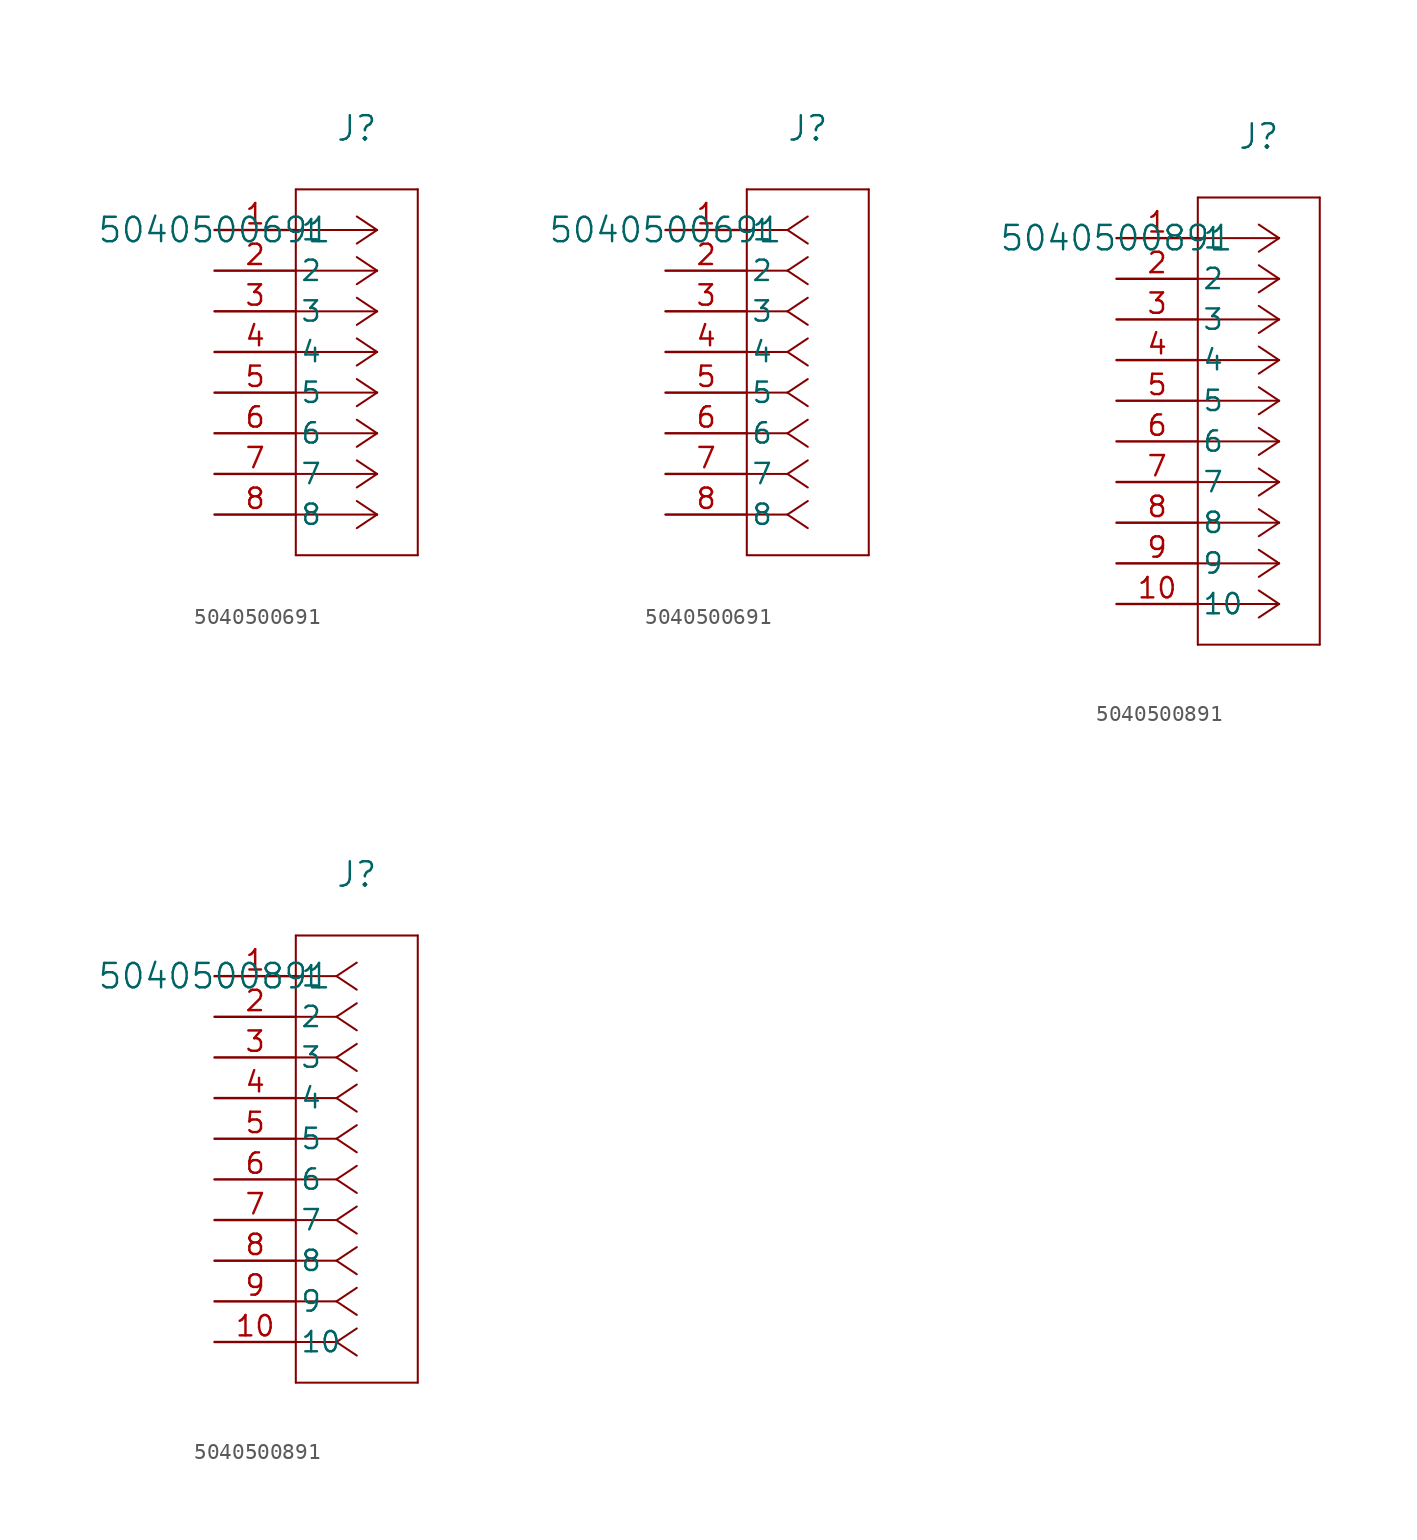
<source format=kicad_sym>
(kicad_symbol_lib
  (version 20220914)
  (generator kicad_symbol_editor)
  (symbol "5040500691"
    (pin_names
      (offset 0.254))
    (property "Reference" "J"
      (at 8.89 6.35 0)
      (effects (font (size 1.524 1.524))))
    (property "Value" "5040500691"
      (at 0 0 0)
      (effects (font (size 1.524 1.524))))
    (symbol "5040500691_1_1"
      (polyline (pts (xy 5.08 -20.32) (xy 12.7 -20.32)) (stroke (width 0.127) (type default)) (fill (type none)))
      (polyline (pts (xy 5.08 2.54) (xy 5.08 -20.32)) (stroke (width 0.127) (type default)) (fill (type none)))
      (polyline (pts (xy 10.16 -17.78) (xy 5.08 -17.78)) (stroke (width 0.127) (type default)) (fill (type none)))
      (polyline (pts (xy 10.16 -17.78) (xy 8.89 -18.627)) (stroke (width 0.127) (type default)) (fill (type none)))
      (polyline (pts (xy 10.16 -17.78) (xy 8.89 -16.933)) (stroke (width 0.127) (type default)) (fill (type none)))
      (polyline (pts (xy 10.16 -15.24) (xy 5.08 -15.24)) (stroke (width 0.127) (type default)) (fill (type none)))
      (polyline (pts (xy 10.16 -15.24) (xy 8.89 -16.087)) (stroke (width 0.127) (type default)) (fill (type none)))
      (polyline (pts (xy 10.16 -15.24) (xy 8.89 -14.393)) (stroke (width 0.127) (type default)) (fill (type none)))
      (polyline (pts (xy 10.16 -12.7) (xy 5.08 -12.7)) (stroke (width 0.127) (type default)) (fill (type none)))
      (polyline (pts (xy 10.16 -12.7) (xy 8.89 -13.547)) (stroke (width 0.127) (type default)) (fill (type none)))
      (polyline (pts (xy 10.16 -12.7) (xy 8.89 -11.853)) (stroke (width 0.127) (type default)) (fill (type none)))
      (polyline (pts (xy 10.16 -10.16) (xy 5.08 -10.16)) (stroke (width 0.127) (type default)) (fill (type none)))
      (polyline (pts (xy 10.16 -10.16) (xy 8.89 -11.007)) (stroke (width 0.127) (type default)) (fill (type none)))
      (polyline (pts (xy 10.16 -10.16) (xy 8.89 -9.313)) (stroke (width 0.127) (type default)) (fill (type none)))
      (polyline (pts (xy 10.16 -7.62) (xy 5.08 -7.62)) (stroke (width 0.127) (type default)) (fill (type none)))
      (polyline (pts (xy 10.16 -7.62) (xy 8.89 -8.467)) (stroke (width 0.127) (type default)) (fill (type none)))
      (polyline (pts (xy 10.16 -7.62) (xy 8.89 -6.773)) (stroke (width 0.127) (type default)) (fill (type none)))
      (polyline (pts (xy 10.16 -5.08) (xy 5.08 -5.08)) (stroke (width 0.127) (type default)) (fill (type none)))
      (polyline (pts (xy 10.16 -5.08) (xy 8.89 -5.927)) (stroke (width 0.127) (type default)) (fill (type none)))
      (polyline (pts (xy 10.16 -5.08) (xy 8.89 -4.233)) (stroke (width 0.127) (type default)) (fill (type none)))
      (polyline (pts (xy 10.16 -2.54) (xy 5.08 -2.54)) (stroke (width 0.127) (type default)) (fill (type none)))
      (polyline (pts (xy 10.16 -2.54) (xy 8.89 -3.387)) (stroke (width 0.127) (type default)) (fill (type none)))
      (polyline (pts (xy 10.16 -2.54) (xy 8.89 -1.693)) (stroke (width 0.127) (type default)) (fill (type none)))
      (polyline (pts (xy 10.16 0) (xy 5.08 0)) (stroke (width 0.127) (type default)) (fill (type none)))
      (polyline (pts (xy 10.16 0) (xy 8.89 -0.847)) (stroke (width 0.127) (type default)) (fill (type none)))
      (polyline (pts (xy 10.16 0) (xy 8.89 0.847)) (stroke (width 0.127) (type default)) (fill (type none)))
      (polyline (pts (xy 12.7 -20.32) (xy 12.7 2.54)) (stroke (width 0.127) (type default)) (fill (type none)))
      (polyline (pts (xy 12.7 2.54) (xy 5.08 2.54)) (stroke (width 0.127) (type default)) (fill (type none)))
      (pin unspecified line (at 0 0 0) (length 5.08) (name "1" (effects (font (size 1.27 1.27)))) (number "1" (effects (font (size 1.27 1.27)))))
      (pin unspecified line (at 0 -2.54 0) (length 5.08) (name "2" (effects (font (size 1.27 1.27)))) (number "2" (effects (font (size 1.27 1.27)))))
      (pin unspecified line (at 0 -5.08 0) (length 5.08) (name "3" (effects (font (size 1.27 1.27)))) (number "3" (effects (font (size 1.27 1.27)))))
      (pin unspecified line (at 0 -7.62 0) (length 5.08) (name "4" (effects (font (size 1.27 1.27)))) (number "4" (effects (font (size 1.27 1.27)))))
      (pin unspecified line (at 0 -10.16 0) (length 5.08) (name "5" (effects (font (size 1.27 1.27)))) (number "5" (effects (font (size 1.27 1.27)))))
      (pin unspecified line (at 0 -12.7 0) (length 5.08) (name "6" (effects (font (size 1.27 1.27)))) (number "6" (effects (font (size 1.27 1.27)))))
      (pin unspecified line (at 0 -15.24 0) (length 5.08) (name "7" (effects (font (size 1.27 1.27)))) (number "7" (effects (font (size 1.27 1.27)))))
      (pin unspecified line (at 0 -17.78 0) (length 5.08) (name "8" (effects (font (size 1.27 1.27)))) (number "8" (effects (font (size 1.27 1.27))))))
    (symbol "5040500691_1_2"
      (polyline (pts (xy 5.08 -20.32) (xy 12.7 -20.32)) (stroke (width 0.127) (type default)) (fill (type none)))
      (polyline (pts (xy 5.08 2.54) (xy 5.08 -20.32)) (stroke (width 0.127) (type default)) (fill (type none)))
      (polyline (pts (xy 7.62 -17.78) (xy 5.08 -17.78)) (stroke (width 0.127) (type default)) (fill (type none)))
      (polyline (pts (xy 7.62 -17.78) (xy 8.89 -18.627)) (stroke (width 0.127) (type default)) (fill (type none)))
      (polyline (pts (xy 7.62 -17.78) (xy 8.89 -16.933)) (stroke (width 0.127) (type default)) (fill (type none)))
      (polyline (pts (xy 7.62 -15.24) (xy 5.08 -15.24)) (stroke (width 0.127) (type default)) (fill (type none)))
      (polyline (pts (xy 7.62 -15.24) (xy 8.89 -16.087)) (stroke (width 0.127) (type default)) (fill (type none)))
      (polyline (pts (xy 7.62 -15.24) (xy 8.89 -14.393)) (stroke (width 0.127) (type default)) (fill (type none)))
      (polyline (pts (xy 7.62 -12.7) (xy 5.08 -12.7)) (stroke (width 0.127) (type default)) (fill (type none)))
      (polyline (pts (xy 7.62 -12.7) (xy 8.89 -13.547)) (stroke (width 0.127) (type default)) (fill (type none)))
      (polyline (pts (xy 7.62 -12.7) (xy 8.89 -11.853)) (stroke (width 0.127) (type default)) (fill (type none)))
      (polyline (pts (xy 7.62 -10.16) (xy 5.08 -10.16)) (stroke (width 0.127) (type default)) (fill (type none)))
      (polyline (pts (xy 7.62 -10.16) (xy 8.89 -11.007)) (stroke (width 0.127) (type default)) (fill (type none)))
      (polyline (pts (xy 7.62 -10.16) (xy 8.89 -9.313)) (stroke (width 0.127) (type default)) (fill (type none)))
      (polyline (pts (xy 7.62 -7.62) (xy 5.08 -7.62)) (stroke (width 0.127) (type default)) (fill (type none)))
      (polyline (pts (xy 7.62 -7.62) (xy 8.89 -8.467)) (stroke (width 0.127) (type default)) (fill (type none)))
      (polyline (pts (xy 7.62 -7.62) (xy 8.89 -6.773)) (stroke (width 0.127) (type default)) (fill (type none)))
      (polyline (pts (xy 7.62 -5.08) (xy 5.08 -5.08)) (stroke (width 0.127) (type default)) (fill (type none)))
      (polyline (pts (xy 7.62 -5.08) (xy 8.89 -5.927)) (stroke (width 0.127) (type default)) (fill (type none)))
      (polyline (pts (xy 7.62 -5.08) (xy 8.89 -4.233)) (stroke (width 0.127) (type default)) (fill (type none)))
      (polyline (pts (xy 7.62 -2.54) (xy 5.08 -2.54)) (stroke (width 0.127) (type default)) (fill (type none)))
      (polyline (pts (xy 7.62 -2.54) (xy 8.89 -3.387)) (stroke (width 0.127) (type default)) (fill (type none)))
      (polyline (pts (xy 7.62 -2.54) (xy 8.89 -1.693)) (stroke (width 0.127) (type default)) (fill (type none)))
      (polyline (pts (xy 7.62 0) (xy 5.08 0)) (stroke (width 0.127) (type default)) (fill (type none)))
      (polyline (pts (xy 7.62 0) (xy 8.89 -0.847)) (stroke (width 0.127) (type default)) (fill (type none)))
      (polyline (pts (xy 7.62 0) (xy 8.89 0.847)) (stroke (width 0.127) (type default)) (fill (type none)))
      (polyline (pts (xy 12.7 -20.32) (xy 12.7 2.54)) (stroke (width 0.127) (type default)) (fill (type none)))
      (polyline (pts (xy 12.7 2.54) (xy 5.08 2.54)) (stroke (width 0.127) (type default)) (fill (type none)))
      (pin unspecified line (at 0 0 0) (length 5.08) (name "1" (effects (font (size 1.27 1.27)))) (number "1" (effects (font (size 1.27 1.27)))))
      (pin unspecified line (at 0 -2.54 0) (length 5.08) (name "2" (effects (font (size 1.27 1.27)))) (number "2" (effects (font (size 1.27 1.27)))))
      (pin unspecified line (at 0 -5.08 0) (length 5.08) (name "3" (effects (font (size 1.27 1.27)))) (number "3" (effects (font (size 1.27 1.27)))))
      (pin unspecified line (at 0 -7.62 0) (length 5.08) (name "4" (effects (font (size 1.27 1.27)))) (number "4" (effects (font (size 1.27 1.27)))))
      (pin unspecified line (at 0 -10.16 0) (length 5.08) (name "5" (effects (font (size 1.27 1.27)))) (number "5" (effects (font (size 1.27 1.27)))))
      (pin unspecified line (at 0 -12.7 0) (length 5.08) (name "6" (effects (font (size 1.27 1.27)))) (number "6" (effects (font (size 1.27 1.27)))))
      (pin unspecified line (at 0 -15.24 0) (length 5.08) (name "7" (effects (font (size 1.27 1.27)))) (number "7" (effects (font (size 1.27 1.27)))))
      (pin unspecified line (at 0 -17.78 0) (length 5.08) (name "8" (effects (font (size 1.27 1.27)))) (number "8" (effects (font (size 1.27 1.27)))))))
  (symbol "5040500891"
    (pin_names
      (offset 0.254))
    (property "Reference" "J"
      (at 8.89 6.35 0)
      (effects (font (size 1.524 1.524))))
    (property "Value" "5040500891"
      (at 0 0 0)
      (effects (font (size 1.524 1.524))))
    (symbol "5040500891_1_1"
      (polyline (pts (xy 5.08 -25.4) (xy 12.7 -25.4)) (stroke (width 0.127) (type default)) (fill (type none)))
      (polyline (pts (xy 5.08 2.54) (xy 5.08 -25.4)) (stroke (width 0.127) (type default)) (fill (type none)))
      (polyline (pts (xy 10.16 -22.86) (xy 5.08 -22.86)) (stroke (width 0.127) (type default)) (fill (type none)))
      (polyline (pts (xy 10.16 -22.86) (xy 8.89 -23.707)) (stroke (width 0.127) (type default)) (fill (type none)))
      (polyline (pts (xy 10.16 -22.86) (xy 8.89 -22.013)) (stroke (width 0.127) (type default)) (fill (type none)))
      (polyline (pts (xy 10.16 -20.32) (xy 5.08 -20.32)) (stroke (width 0.127) (type default)) (fill (type none)))
      (polyline (pts (xy 10.16 -20.32) (xy 8.89 -21.167)) (stroke (width 0.127) (type default)) (fill (type none)))
      (polyline (pts (xy 10.16 -20.32) (xy 8.89 -19.473)) (stroke (width 0.127) (type default)) (fill (type none)))
      (polyline (pts (xy 10.16 -17.78) (xy 5.08 -17.78)) (stroke (width 0.127) (type default)) (fill (type none)))
      (polyline (pts (xy 10.16 -17.78) (xy 8.89 -18.627)) (stroke (width 0.127) (type default)) (fill (type none)))
      (polyline (pts (xy 10.16 -17.78) (xy 8.89 -16.933)) (stroke (width 0.127) (type default)) (fill (type none)))
      (polyline (pts (xy 10.16 -15.24) (xy 5.08 -15.24)) (stroke (width 0.127) (type default)) (fill (type none)))
      (polyline (pts (xy 10.16 -15.24) (xy 8.89 -16.087)) (stroke (width 0.127) (type default)) (fill (type none)))
      (polyline (pts (xy 10.16 -15.24) (xy 8.89 -14.393)) (stroke (width 0.127) (type default)) (fill (type none)))
      (polyline (pts (xy 10.16 -12.7) (xy 5.08 -12.7)) (stroke (width 0.127) (type default)) (fill (type none)))
      (polyline (pts (xy 10.16 -12.7) (xy 8.89 -13.547)) (stroke (width 0.127) (type default)) (fill (type none)))
      (polyline (pts (xy 10.16 -12.7) (xy 8.89 -11.853)) (stroke (width 0.127) (type default)) (fill (type none)))
      (polyline (pts (xy 10.16 -10.16) (xy 5.08 -10.16)) (stroke (width 0.127) (type default)) (fill (type none)))
      (polyline (pts (xy 10.16 -10.16) (xy 8.89 -11.007)) (stroke (width 0.127) (type default)) (fill (type none)))
      (polyline (pts (xy 10.16 -10.16) (xy 8.89 -9.313)) (stroke (width 0.127) (type default)) (fill (type none)))
      (polyline (pts (xy 10.16 -7.62) (xy 5.08 -7.62)) (stroke (width 0.127) (type default)) (fill (type none)))
      (polyline (pts (xy 10.16 -7.62) (xy 8.89 -8.467)) (stroke (width 0.127) (type default)) (fill (type none)))
      (polyline (pts (xy 10.16 -7.62) (xy 8.89 -6.773)) (stroke (width 0.127) (type default)) (fill (type none)))
      (polyline (pts (xy 10.16 -5.08) (xy 5.08 -5.08)) (stroke (width 0.127) (type default)) (fill (type none)))
      (polyline (pts (xy 10.16 -5.08) (xy 8.89 -5.927)) (stroke (width 0.127) (type default)) (fill (type none)))
      (polyline (pts (xy 10.16 -5.08) (xy 8.89 -4.233)) (stroke (width 0.127) (type default)) (fill (type none)))
      (polyline (pts (xy 10.16 -2.54) (xy 5.08 -2.54)) (stroke (width 0.127) (type default)) (fill (type none)))
      (polyline (pts (xy 10.16 -2.54) (xy 8.89 -3.387)) (stroke (width 0.127) (type default)) (fill (type none)))
      (polyline (pts (xy 10.16 -2.54) (xy 8.89 -1.693)) (stroke (width 0.127) (type default)) (fill (type none)))
      (polyline (pts (xy 10.16 0) (xy 5.08 0)) (stroke (width 0.127) (type default)) (fill (type none)))
      (polyline (pts (xy 10.16 0) (xy 8.89 -0.847)) (stroke (width 0.127) (type default)) (fill (type none)))
      (polyline (pts (xy 10.16 0) (xy 8.89 0.847)) (stroke (width 0.127) (type default)) (fill (type none)))
      (polyline (pts (xy 12.7 -25.4) (xy 12.7 2.54)) (stroke (width 0.127) (type default)) (fill (type none)))
      (polyline (pts (xy 12.7 2.54) (xy 5.08 2.54)) (stroke (width 0.127) (type default)) (fill (type none)))
      (pin unspecified line (at 0 0 0) (length 5.08) (name "1" (effects (font (size 1.27 1.27)))) (number "1" (effects (font (size 1.27 1.27)))))
      (pin unspecified line (at 0 -22.86 0) (length 5.08) (name "10" (effects (font (size 1.27 1.27)))) (number "10" (effects (font (size 1.27 1.27)))))
      (pin unspecified line (at 0 -2.54 0) (length 5.08) (name "2" (effects (font (size 1.27 1.27)))) (number "2" (effects (font (size 1.27 1.27)))))
      (pin unspecified line (at 0 -5.08 0) (length 5.08) (name "3" (effects (font (size 1.27 1.27)))) (number "3" (effects (font (size 1.27 1.27)))))
      (pin unspecified line (at 0 -7.62 0) (length 5.08) (name "4" (effects (font (size 1.27 1.27)))) (number "4" (effects (font (size 1.27 1.27)))))
      (pin unspecified line (at 0 -10.16 0) (length 5.08) (name "5" (effects (font (size 1.27 1.27)))) (number "5" (effects (font (size 1.27 1.27)))))
      (pin unspecified line (at 0 -12.7 0) (length 5.08) (name "6" (effects (font (size 1.27 1.27)))) (number "6" (effects (font (size 1.27 1.27)))))
      (pin unspecified line (at 0 -15.24 0) (length 5.08) (name "7" (effects (font (size 1.27 1.27)))) (number "7" (effects (font (size 1.27 1.27)))))
      (pin unspecified line (at 0 -17.78 0) (length 5.08) (name "8" (effects (font (size 1.27 1.27)))) (number "8" (effects (font (size 1.27 1.27)))))
      (pin unspecified line (at 0 -20.32 0) (length 5.08) (name "9" (effects (font (size 1.27 1.27)))) (number "9" (effects (font (size 1.27 1.27))))))
    (symbol "5040500891_1_2"
      (polyline (pts (xy 5.08 -25.4) (xy 12.7 -25.4)) (stroke (width 0.127) (type default)) (fill (type none)))
      (polyline (pts (xy 5.08 2.54) (xy 5.08 -25.4)) (stroke (width 0.127) (type default)) (fill (type none)))
      (polyline (pts (xy 7.62 -22.86) (xy 5.08 -22.86)) (stroke (width 0.127) (type default)) (fill (type none)))
      (polyline (pts (xy 7.62 -22.86) (xy 8.89 -23.707)) (stroke (width 0.127) (type default)) (fill (type none)))
      (polyline (pts (xy 7.62 -22.86) (xy 8.89 -22.013)) (stroke (width 0.127) (type default)) (fill (type none)))
      (polyline (pts (xy 7.62 -20.32) (xy 5.08 -20.32)) (stroke (width 0.127) (type default)) (fill (type none)))
      (polyline (pts (xy 7.62 -20.32) (xy 8.89 -21.167)) (stroke (width 0.127) (type default)) (fill (type none)))
      (polyline (pts (xy 7.62 -20.32) (xy 8.89 -19.473)) (stroke (width 0.127) (type default)) (fill (type none)))
      (polyline (pts (xy 7.62 -17.78) (xy 5.08 -17.78)) (stroke (width 0.127) (type default)) (fill (type none)))
      (polyline (pts (xy 7.62 -17.78) (xy 8.89 -18.627)) (stroke (width 0.127) (type default)) (fill (type none)))
      (polyline (pts (xy 7.62 -17.78) (xy 8.89 -16.933)) (stroke (width 0.127) (type default)) (fill (type none)))
      (polyline (pts (xy 7.62 -15.24) (xy 5.08 -15.24)) (stroke (width 0.127) (type default)) (fill (type none)))
      (polyline (pts (xy 7.62 -15.24) (xy 8.89 -16.087)) (stroke (width 0.127) (type default)) (fill (type none)))
      (polyline (pts (xy 7.62 -15.24) (xy 8.89 -14.393)) (stroke (width 0.127) (type default)) (fill (type none)))
      (polyline (pts (xy 7.62 -12.7) (xy 5.08 -12.7)) (stroke (width 0.127) (type default)) (fill (type none)))
      (polyline (pts (xy 7.62 -12.7) (xy 8.89 -13.547)) (stroke (width 0.127) (type default)) (fill (type none)))
      (polyline (pts (xy 7.62 -12.7) (xy 8.89 -11.853)) (stroke (width 0.127) (type default)) (fill (type none)))
      (polyline (pts (xy 7.62 -10.16) (xy 5.08 -10.16)) (stroke (width 0.127) (type default)) (fill (type none)))
      (polyline (pts (xy 7.62 -10.16) (xy 8.89 -11.007)) (stroke (width 0.127) (type default)) (fill (type none)))
      (polyline (pts (xy 7.62 -10.16) (xy 8.89 -9.313)) (stroke (width 0.127) (type default)) (fill (type none)))
      (polyline (pts (xy 7.62 -7.62) (xy 5.08 -7.62)) (stroke (width 0.127) (type default)) (fill (type none)))
      (polyline (pts (xy 7.62 -7.62) (xy 8.89 -8.467)) (stroke (width 0.127) (type default)) (fill (type none)))
      (polyline (pts (xy 7.62 -7.62) (xy 8.89 -6.773)) (stroke (width 0.127) (type default)) (fill (type none)))
      (polyline (pts (xy 7.62 -5.08) (xy 5.08 -5.08)) (stroke (width 0.127) (type default)) (fill (type none)))
      (polyline (pts (xy 7.62 -5.08) (xy 8.89 -5.927)) (stroke (width 0.127) (type default)) (fill (type none)))
      (polyline (pts (xy 7.62 -5.08) (xy 8.89 -4.233)) (stroke (width 0.127) (type default)) (fill (type none)))
      (polyline (pts (xy 7.62 -2.54) (xy 5.08 -2.54)) (stroke (width 0.127) (type default)) (fill (type none)))
      (polyline (pts (xy 7.62 -2.54) (xy 8.89 -3.387)) (stroke (width 0.127) (type default)) (fill (type none)))
      (polyline (pts (xy 7.62 -2.54) (xy 8.89 -1.693)) (stroke (width 0.127) (type default)) (fill (type none)))
      (polyline (pts (xy 7.62 0) (xy 5.08 0)) (stroke (width 0.127) (type default)) (fill (type none)))
      (polyline (pts (xy 7.62 0) (xy 8.89 -0.847)) (stroke (width 0.127) (type default)) (fill (type none)))
      (polyline (pts (xy 7.62 0) (xy 8.89 0.847)) (stroke (width 0.127) (type default)) (fill (type none)))
      (polyline (pts (xy 12.7 -25.4) (xy 12.7 2.54)) (stroke (width 0.127) (type default)) (fill (type none)))
      (polyline (pts (xy 12.7 2.54) (xy 5.08 2.54)) (stroke (width 0.127) (type default)) (fill (type none)))
      (pin unspecified line (at 0 0 0) (length 5.08) (name "1" (effects (font (size 1.27 1.27)))) (number "1" (effects (font (size 1.27 1.27)))))
      (pin unspecified line (at 0 -22.86 0) (length 5.08) (name "10" (effects (font (size 1.27 1.27)))) (number "10" (effects (font (size 1.27 1.27)))))
      (pin unspecified line (at 0 -2.54 0) (length 5.08) (name "2" (effects (font (size 1.27 1.27)))) (number "2" (effects (font (size 1.27 1.27)))))
      (pin unspecified line (at 0 -5.08 0) (length 5.08) (name "3" (effects (font (size 1.27 1.27)))) (number "3" (effects (font (size 1.27 1.27)))))
      (pin unspecified line (at 0 -7.62 0) (length 5.08) (name "4" (effects (font (size 1.27 1.27)))) (number "4" (effects (font (size 1.27 1.27)))))
      (pin unspecified line (at 0 -10.16 0) (length 5.08) (name "5" (effects (font (size 1.27 1.27)))) (number "5" (effects (font (size 1.27 1.27)))))
      (pin unspecified line (at 0 -12.7 0) (length 5.08) (name "6" (effects (font (size 1.27 1.27)))) (number "6" (effects (font (size 1.27 1.27)))))
      (pin unspecified line (at 0 -15.24 0) (length 5.08) (name "7" (effects (font (size 1.27 1.27)))) (number "7" (effects (font (size 1.27 1.27)))))
      (pin unspecified line (at 0 -17.78 0) (length 5.08) (name "8" (effects (font (size 1.27 1.27)))) (number "8" (effects (font (size 1.27 1.27)))))
      (pin unspecified line (at 0 -20.32 0) (length 5.08) (name "9" (effects (font (size 1.27 1.27)))) (number "9" (effects (font (size 1.27 1.27))))))))
</source>
